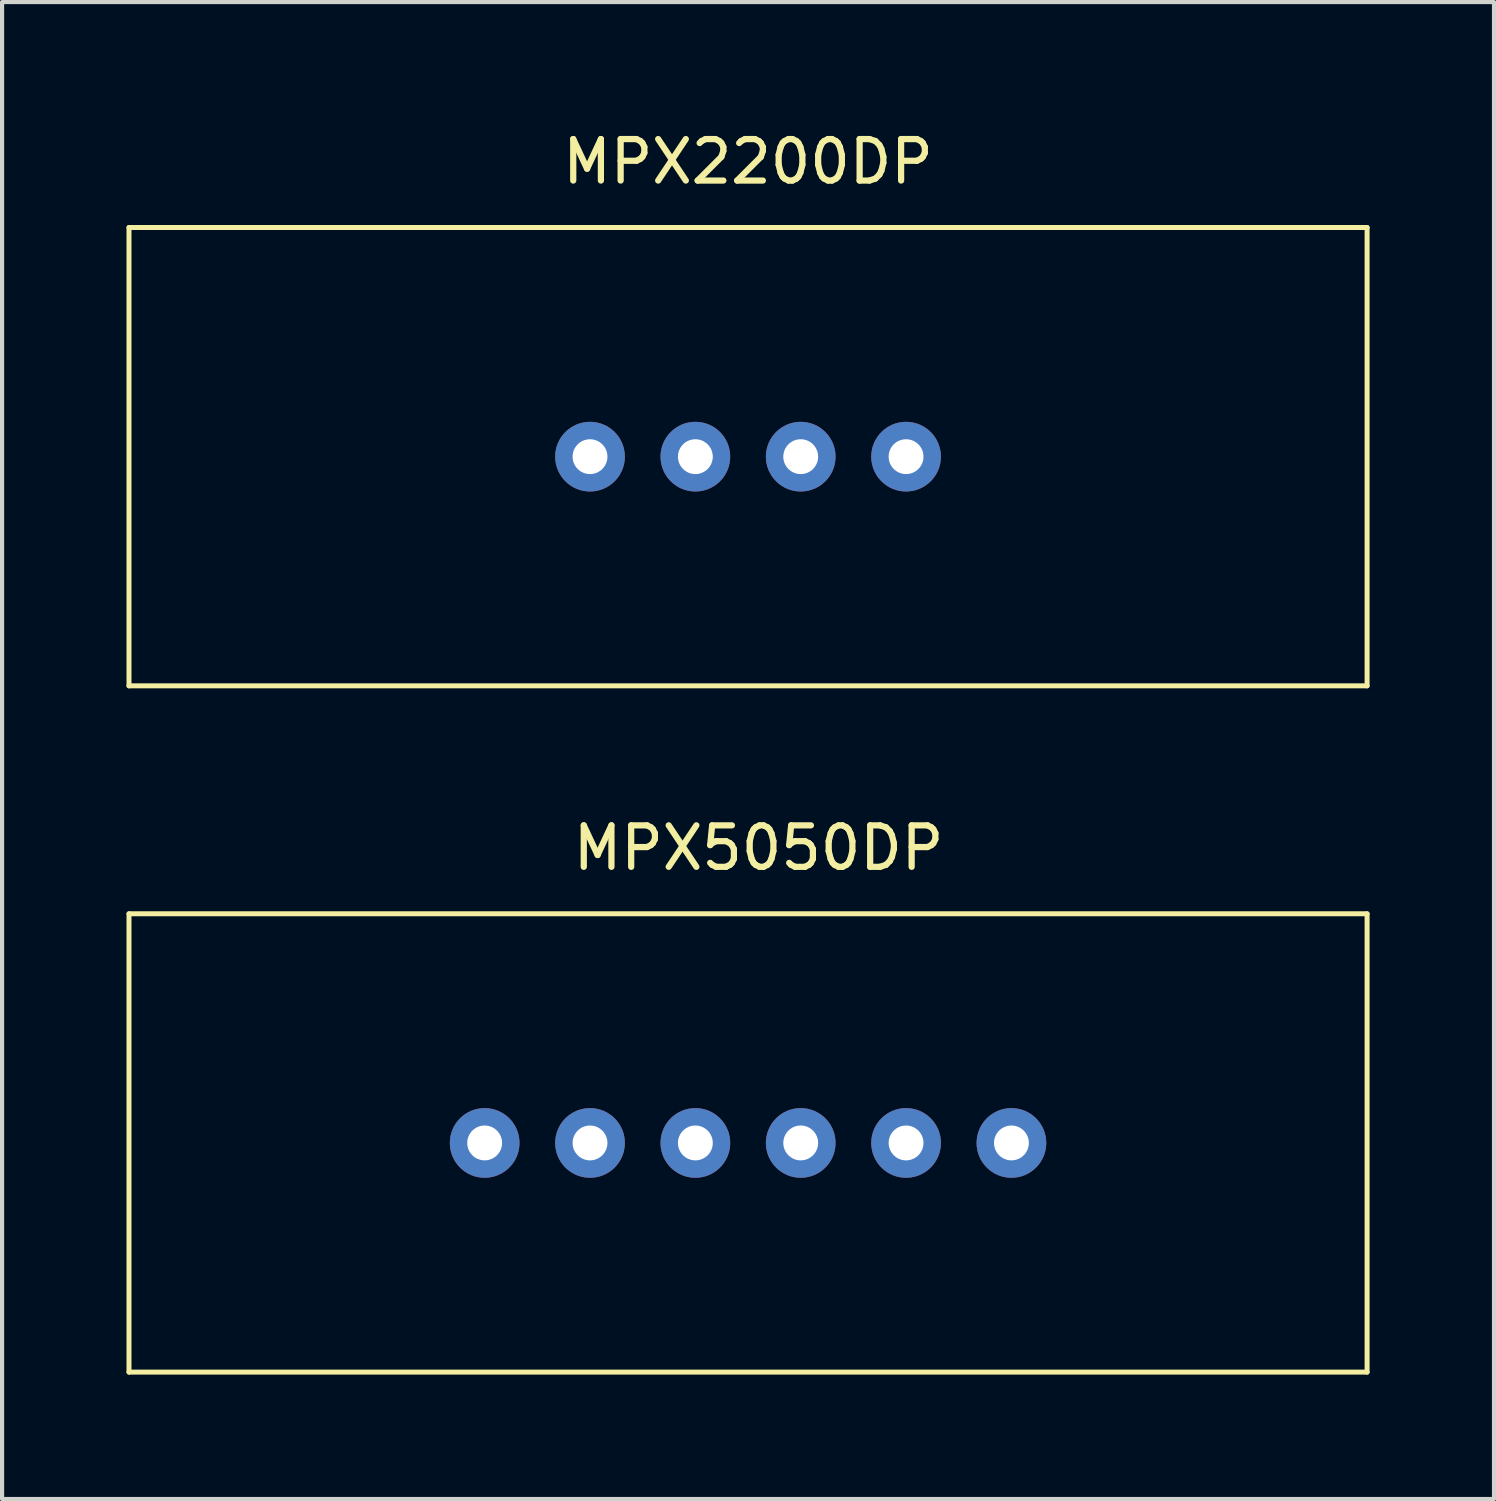
<source format=kicad_pcb>
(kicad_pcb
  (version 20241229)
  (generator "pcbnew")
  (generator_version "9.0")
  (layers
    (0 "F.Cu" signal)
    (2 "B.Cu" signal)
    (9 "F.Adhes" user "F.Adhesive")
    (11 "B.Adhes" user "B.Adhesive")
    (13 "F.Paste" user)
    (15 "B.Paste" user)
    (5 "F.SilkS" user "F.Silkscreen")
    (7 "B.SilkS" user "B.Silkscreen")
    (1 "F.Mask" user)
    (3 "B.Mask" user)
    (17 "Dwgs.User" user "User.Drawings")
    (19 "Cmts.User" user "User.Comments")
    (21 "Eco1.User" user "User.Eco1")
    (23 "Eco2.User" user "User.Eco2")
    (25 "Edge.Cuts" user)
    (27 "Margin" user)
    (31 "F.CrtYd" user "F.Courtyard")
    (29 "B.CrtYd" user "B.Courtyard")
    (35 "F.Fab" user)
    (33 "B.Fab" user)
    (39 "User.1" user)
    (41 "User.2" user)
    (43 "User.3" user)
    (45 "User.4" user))
  (footprint "MPX5050DP"
    (layer "F.Cu")
    (at 14.985 24.506)
    (property "Reference" "MPX5050DP" (at 0.254 -7.112 0) (layer "F.SilkS") (effects (font (size 1 1) (thickness 0.15))))
    (attr through_hole)
    (fp_line (start -14.925 -5.525) (end 14.925 -5.525) (stroke (width 0.12) (type solid)) (layer "F.SilkS"))
    (fp_line (start -14.925 5.525) (end -14.925 -5.525) (stroke (width 0.12) (type solid)) (layer "F.SilkS"))
    (fp_line (start -14.925 5.525) (end 14.925 5.525) (stroke (width 0.12) (type solid)) (layer "F.SilkS"))
    (fp_line (start 14.925 5.525) (end 14.925 -5.525) (stroke (width 0.12) (type solid)) (layer "F.SilkS"))
    (pad "1" thru_hole circle (at -6.35 0) (size 1.68 1.68) (drill 0.84) (layers "*.Cu" "*.Mask"))
    (pad "2" thru_hole circle (at -3.81 0) (size 1.68 1.68) (drill 0.84) (layers "*.Cu" "*.Mask"))
    (pad "3" thru_hole circle (at -1.27 0) (size 1.68 1.68) (drill 0.84) (layers "*.Cu" "*.Mask"))
    (pad "4" thru_hole circle (at 1.27 0) (size 1.68 1.68) (drill 0.84) (layers "*.Cu" "*.Mask"))
    (pad "5" thru_hole circle (at 3.81 0) (size 1.68 1.68) (drill 0.84) (layers "*.Cu" "*.Mask"))
    (pad "6" thru_hole circle (at 6.35 0) (size 1.68 1.68) (drill 0.84) (layers "*.Cu" "*.Mask")))
  (footprint "MPX2200DP"
    (layer "F.Cu")
    (at 14.985 7.96)
    (property "Reference" "MPX2200DP" (at 0 -7.112 0) (layer "F.SilkS") (effects (font (size 1 1) (thickness 0.15))))
    (attr through_hole)
    (fp_line (start -14.925 -5.525) (end 14.925 -5.525) (stroke (width 0.12) (type solid)) (layer "F.SilkS"))
    (fp_line (start -14.925 5.525) (end -14.925 -5.525) (stroke (width 0.12) (type solid)) (layer "F.SilkS"))
    (fp_line (start -14.925 5.525) (end 14.925 5.525) (stroke (width 0.12) (type solid)) (layer "F.SilkS"))
    (fp_line (start 14.925 5.525) (end 14.925 -5.525) (stroke (width 0.12) (type solid)) (layer "F.SilkS"))
    (pad "1" thru_hole circle (at -3.81 0) (size 1.68 1.68) (drill 0.84) (layers "*.Cu" "*.Mask"))
    (pad "2" thru_hole circle (at -1.27 0) (size 1.68 1.68) (drill 0.84) (layers "*.Cu" "*.Mask"))
    (pad "3" thru_hole circle (at 1.27 0) (size 1.68 1.68) (drill 0.84) (layers "*.Cu" "*.Mask"))
    (pad "4" thru_hole circle (at 3.81 0) (size 1.68 1.68) (drill 0.84) (layers "*.Cu" "*.Mask")))
  (gr_rect
    (start -3 -3)
    (end 32.97 33.09)
    (stroke (width 0.1) (type default))
    (fill no)
    (layer "Edge.Cuts")))
</source>
